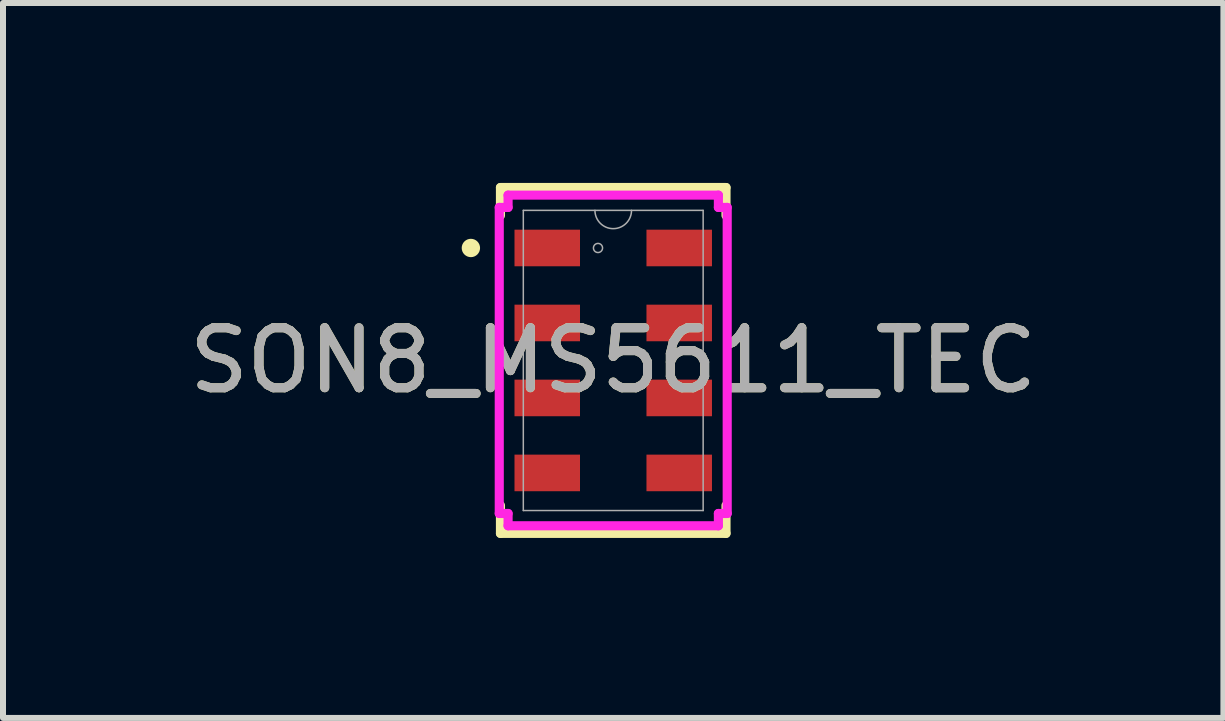
<source format=kicad_pcb>
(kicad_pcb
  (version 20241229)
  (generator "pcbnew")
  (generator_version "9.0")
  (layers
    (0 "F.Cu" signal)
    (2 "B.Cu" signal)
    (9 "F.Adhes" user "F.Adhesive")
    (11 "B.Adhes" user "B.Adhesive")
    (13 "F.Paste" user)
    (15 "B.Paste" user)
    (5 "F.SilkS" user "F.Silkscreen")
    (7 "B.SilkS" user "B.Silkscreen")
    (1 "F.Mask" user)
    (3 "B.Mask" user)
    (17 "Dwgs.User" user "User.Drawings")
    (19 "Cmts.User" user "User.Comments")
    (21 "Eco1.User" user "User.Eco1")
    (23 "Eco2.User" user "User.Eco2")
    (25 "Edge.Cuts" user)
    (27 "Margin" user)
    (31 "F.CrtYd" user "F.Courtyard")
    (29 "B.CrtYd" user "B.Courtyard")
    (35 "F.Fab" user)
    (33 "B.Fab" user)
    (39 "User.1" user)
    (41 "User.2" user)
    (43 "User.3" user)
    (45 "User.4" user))
  (footprint "SON8_MS5611_TEC"
    (layer "F.Cu")
    (at 7.173 2.959)
    (property "Reference" "SON8_MS5611_TEC" (at 0 0 0) (unlocked yes) (layer "F.SilkS") (effects (font (size 1 1) (thickness 0.15))))
    (attr smd)
    (fp_poly (pts (xy -1.646 -2.18) (xy -1.646 -1.57) (xy -0.554 -1.57) (xy -0.554 -2.18)) (stroke (width 0) (type solid)) (fill yes) (layer "F.Mask"))
    (fp_poly (pts (xy -1.646 -0.93) (xy -1.646 -0.32) (xy -0.554 -0.32) (xy -0.554 -0.93)) (stroke (width 0) (type solid)) (fill yes) (layer "F.Mask"))
    (fp_poly (pts (xy -1.646 0.32) (xy -1.646 0.93) (xy -0.554 0.93) (xy -0.554 0.32)) (stroke (width 0) (type solid)) (fill yes) (layer "F.Mask"))
    (fp_poly (pts (xy -1.646 1.57) (xy -1.646 2.18) (xy -0.554 2.18) (xy -0.554 1.57)) (stroke (width 0) (type solid)) (fill yes) (layer "F.Mask"))
    (fp_poly (pts (xy 0.554 -2.18) (xy 0.554 -1.57) (xy 1.646 -1.57) (xy 1.646 -2.18)) (stroke (width 0) (type solid)) (fill yes) (layer "F.Mask"))
    (fp_poly (pts (xy 0.554 -0.93) (xy 0.554 -0.32) (xy 1.646 -0.32) (xy 1.646 -0.93)) (stroke (width 0) (type solid)) (fill yes) (layer "F.Mask"))
    (fp_poly (pts (xy 0.554 0.32) (xy 0.554 0.93) (xy 1.646 0.93) (xy 1.646 0.32)) (stroke (width 0) (type solid)) (fill yes) (layer "F.Mask"))
    (fp_poly (pts (xy 0.554 1.57) (xy 0.554 2.18) (xy 1.646 2.18) (xy 1.646 1.57)) (stroke (width 0) (type solid)) (fill yes) (layer "F.Mask"))
    (fp_line (start -1.88 -2.883) (end -1.88 -2.417) (stroke (width 0.152) (type solid)) (layer "F.SilkS"))
    (fp_line (start -1.88 2.417) (end -1.88 2.883) (stroke (width 0.152) (type solid)) (layer "F.SilkS"))
    (fp_line (start -1.88 2.883) (end 1.88 2.883) (stroke (width 0.152) (type solid)) (layer "F.SilkS"))
    (fp_line (start 1.88 -2.883) (end -1.88 -2.883) (stroke (width 0.152) (type solid)) (layer "F.SilkS"))
    (fp_line (start 1.88 -2.417) (end 1.88 -2.883) (stroke (width 0.152) (type solid)) (layer "F.SilkS"))
    (fp_line (start 1.88 2.883) (end 1.88 2.417) (stroke (width 0.152) (type solid)) (layer "F.SilkS"))
    (fp_circle (center -2.373 -1.875) (end -2.296 -1.875) (stroke (width 0.152) (type solid)) (fill no) (layer "F.SilkS"))
    (fp_poly (pts (xy -1.646 -2.18) (xy -1.646 -1.57) (xy -0.554 -1.57) (xy -0.554 -2.18)) (stroke (width 0) (type solid)) (fill yes) (layer "F.Paste"))
    (fp_poly (pts (xy -1.646 -0.93) (xy -1.646 -0.32) (xy -0.554 -0.32) (xy -0.554 -0.93)) (stroke (width 0) (type solid)) (fill yes) (layer "F.Paste"))
    (fp_poly (pts (xy -1.646 0.32) (xy -1.646 0.93) (xy -0.554 0.93) (xy -0.554 0.32)) (stroke (width 0) (type solid)) (fill yes) (layer "F.Paste"))
    (fp_poly (pts (xy -1.646 1.57) (xy -1.646 2.18) (xy -0.554 2.18) (xy -0.554 1.57)) (stroke (width 0) (type solid)) (fill yes) (layer "F.Paste"))
    (fp_poly (pts (xy 0.554 -2.18) (xy 0.554 -1.57) (xy 1.646 -1.57) (xy 1.646 -2.18)) (stroke (width 0) (type solid)) (fill yes) (layer "F.Paste"))
    (fp_poly (pts (xy 0.554 -0.93) (xy 0.554 -0.32) (xy 1.646 -0.32) (xy 1.646 -0.93)) (stroke (width 0) (type solid)) (fill yes) (layer "F.Paste"))
    (fp_poly (pts (xy 0.554 0.32) (xy 0.554 0.93) (xy 1.646 0.93) (xy 1.646 0.32)) (stroke (width 0) (type solid)) (fill yes) (layer "F.Paste"))
    (fp_poly (pts (xy 0.554 1.57) (xy 0.554 2.18) (xy 1.646 2.18) (xy 1.646 1.57)) (stroke (width 0) (type solid)) (fill yes) (layer "F.Paste"))
    (fp_line (start -1.9 -2.551) (end -1.753 -2.551) (stroke (width 0.152) (type solid)) (layer "F.CrtYd"))
    (fp_line (start -1.9 2.551) (end -1.9 -2.551) (stroke (width 0.152) (type solid)) (layer "F.CrtYd"))
    (fp_line (start -1.9 2.551) (end -1.753 2.551) (stroke (width 0.152) (type solid)) (layer "F.CrtYd"))
    (fp_line (start -1.753 -2.756) (end 1.753 -2.756) (stroke (width 0.152) (type solid)) (layer "F.CrtYd"))
    (fp_line (start -1.753 -2.551) (end -1.753 -2.756) (stroke (width 0.152) (type solid)) (layer "F.CrtYd"))
    (fp_line (start -1.753 2.756) (end -1.753 2.551) (stroke (width 0.152) (type solid)) (layer "F.CrtYd"))
    (fp_line (start 1.753 -2.756) (end 1.753 -2.551) (stroke (width 0.152) (type solid)) (layer "F.CrtYd"))
    (fp_line (start 1.753 2.551) (end 1.753 2.756) (stroke (width 0.152) (type solid)) (layer "F.CrtYd"))
    (fp_line (start 1.753 2.756) (end -1.753 2.756) (stroke (width 0.152) (type solid)) (layer "F.CrtYd"))
    (fp_line (start 1.9 -2.551) (end 1.753 -2.551) (stroke (width 0.152) (type solid)) (layer "F.CrtYd"))
    (fp_line (start 1.9 -2.551) (end 1.9 2.551) (stroke (width 0.152) (type solid)) (layer "F.CrtYd"))
    (fp_line (start 1.9 2.551) (end 1.753 2.551) (stroke (width 0.152) (type solid)) (layer "F.CrtYd"))
    (fp_line (start -1.499 -2.502) (end -1.499 2.502) (stroke (width 0.025) (type solid)) (layer "F.Fab"))
    (fp_line (start -1.499 2.502) (end 1.499 2.502) (stroke (width 0.025) (type solid)) (layer "F.Fab"))
    (fp_line (start 1.499 -2.502) (end -1.499 -2.502) (stroke (width 0.025) (type solid)) (layer "F.Fab"))
    (fp_line (start 1.499 2.502) (end 1.499 -2.502) (stroke (width 0.025) (type solid)) (layer "F.Fab"))
    (fp_arc (start 0.3048 -2.5019) (mid 0 -2.1971) (end -0.3048 -2.5019) (stroke (width 0.0254) (type solid)) (layer "F.Fab"))
    (fp_circle (center -0.254 -1.875) (end -0.178 -1.875) (stroke (width 0.025) (type solid)) (fill no) (layer "F.Fab"))
    (fp_text user "${REFERENCE}" (at 0 0 0) (unlocked yes) (layer "F.Fab") (effects (font (size 1 1) (thickness 0.15))))
    (pad "1" smd rect (at -1.1 -1.875) (size 1.092 0.61) (layers "F.Cu" "F.Mask" "F.Paste"))
    (pad "2" smd rect (at -1.1 -0.625) (size 1.092 0.61) (layers "F.Cu" "F.Mask" "F.Paste"))
    (pad "3" smd rect (at -1.1 0.625) (size 1.092 0.61) (layers "F.Cu" "F.Mask" "F.Paste"))
    (pad "4" smd rect (at -1.1 1.875) (size 1.092 0.61) (layers "F.Cu" "F.Mask" "F.Paste"))
    (pad "5" smd rect (at 1.1 1.875) (size 1.092 0.61) (layers "F.Cu" "F.Mask" "F.Paste"))
    (pad "6" smd rect (at 1.1 0.625) (size 1.092 0.61) (layers "F.Cu" "F.Mask" "F.Paste"))
    (pad "7" smd rect (at 1.1 -0.625) (size 1.092 0.61) (layers "F.Cu" "F.Mask" "F.Paste"))
    (pad "8" smd rect (at 1.1 -1.875) (size 1.092 0.61) (layers "F.Cu" "F.Mask" "F.Paste")))
  (gr_rect
    (start -3 -3)
    (end 17.345 8.918)
    (stroke (width 0.1) (type default))
    (fill no)
    (layer "Edge.Cuts")))
</source>
